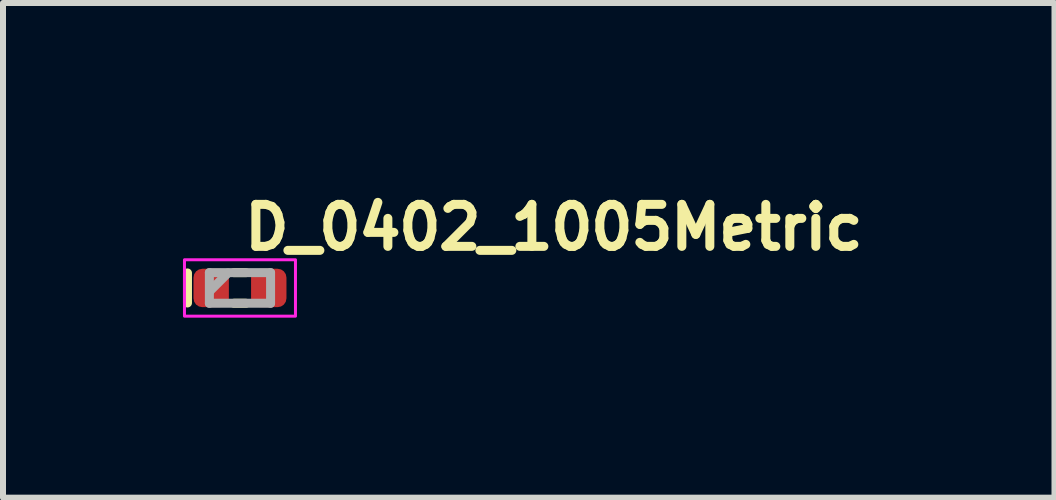
<source format=kicad_pcb>
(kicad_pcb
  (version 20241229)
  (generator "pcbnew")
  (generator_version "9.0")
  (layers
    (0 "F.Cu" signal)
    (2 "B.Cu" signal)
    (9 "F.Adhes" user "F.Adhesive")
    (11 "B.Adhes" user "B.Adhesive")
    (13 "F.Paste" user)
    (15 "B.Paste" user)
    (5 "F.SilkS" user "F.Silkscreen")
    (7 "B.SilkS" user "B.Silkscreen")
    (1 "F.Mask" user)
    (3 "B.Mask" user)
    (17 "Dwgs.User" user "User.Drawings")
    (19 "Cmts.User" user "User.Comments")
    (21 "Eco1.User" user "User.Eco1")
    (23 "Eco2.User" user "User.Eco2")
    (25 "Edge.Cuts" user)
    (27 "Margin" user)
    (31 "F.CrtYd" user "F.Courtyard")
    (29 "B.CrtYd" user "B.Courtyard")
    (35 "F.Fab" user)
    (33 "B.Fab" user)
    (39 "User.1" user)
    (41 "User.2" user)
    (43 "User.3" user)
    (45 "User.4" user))
  (footprint "D_0402_1005Metric"
    (layer "F.Cu")
    (at 0.95 1.75)
    (property "Reference" "D_0402_1005Metric" (at 0 -0.6 0) (layer "F.SilkS") (effects (font (size 0.7 0.7) (thickness 0.15)) (justify left bottom)))
    (attr smd)
    (fp_line (start -0.875 -0.25) (end -0.875 0.25) (stroke (width 0.15) (type solid)) (layer "F.SilkS"))
    (fp_line (start -0.1 0.255) (end 0.1 0.255) (stroke (width 0.15) (type solid)) (layer "F.SilkS"))
    (fp_line (start 0.1 -0.255) (end -0.1 -0.255) (stroke (width 0.15) (type solid)) (layer "F.SilkS"))
    (fp_rect (start -0.925 -0.47) (end 0.925 0.47) (stroke (width 0.05) (type default)) (fill no) (layer "F.CrtYd"))
    (fp_line (start -0.51 -0.255) (end 0.51 -0.255) (stroke (width 0.15) (type solid)) (layer "F.Fab"))
    (fp_line (start -0.51 0.255) (end -0.51 -0.255) (stroke (width 0.15) (type solid)) (layer "F.Fab"))
    (fp_line (start -0.2 -0.25) (end -0.5 0.05) (stroke (width 0.15) (type solid)) (layer "F.Fab"))
    (fp_line (start 0.51 -0.255) (end 0.51 0.255) (stroke (width 0.15) (type solid)) (layer "F.Fab"))
    (fp_line (start 0.51 0.255) (end -0.51 0.255) (stroke (width 0.15) (type solid)) (layer "F.Fab"))
    (fp_rect (start -0.51 -0.292) (end 0.51 0.292) (stroke (width 0.1) (type solid)) (fill no) (layer "User.5"))
    (fp_line (start -0.51 0.292) (end -0.51 -0.292) (stroke (width 0.02) (type solid)) (layer "User.9"))
    (fp_line (start -0.41 -0.292) (end -0.51 -0.292) (stroke (width 0.02) (type solid)) (layer "User.9"))
    (fp_line (start -0.41 -0.292) (end -0.38 -0.292) (stroke (width 0.02) (type solid)) (layer "User.9"))
    (fp_line (start -0.41 -0.255) (end -0.4 -0.245) (stroke (width 0.02) (type solid)) (layer "User.9"))
    (fp_line (start -0.41 -0.255) (end 0.41 -0.255) (stroke (width 0.02) (type solid)) (layer "User.9"))
    (fp_line (start -0.41 0.255) (end -0.41 -0.255) (stroke (width 0.02) (type solid)) (layer "User.9"))
    (fp_line (start -0.41 0.255) (end -0.4 0.245) (stroke (width 0.02) (type solid)) (layer "User.9"))
    (fp_line (start -0.41 0.255) (end 0.41 0.255) (stroke (width 0.02) (type solid)) (layer "User.9"))
    (fp_line (start -0.41 0.292) (end -0.51 0.292) (stroke (width 0.02) (type solid)) (layer "User.9"))
    (fp_line (start -0.41 0.292) (end -0.38 0.292) (stroke (width 0.02) (type solid)) (layer "User.9"))
    (fp_line (start -0.4 -0.245) (end 0.4 -0.245) (stroke (width 0.02) (type solid)) (layer "User.9"))
    (fp_line (start -0.4 0.245) (end -0.4 -0.245) (stroke (width 0.02) (type solid)) (layer "User.9"))
    (fp_line (start -0.4 0.245) (end 0.4 0.245) (stroke (width 0.02) (type solid)) (layer "User.9"))
    (fp_line (start -0.38 -0.292) (end -0.28 -0.292) (stroke (width 0.02) (type solid)) (layer "User.9"))
    (fp_line (start -0.38 -0.255) (end -0.38 -0.292) (stroke (width 0.02) (type solid)) (layer "User.9"))
    (fp_line (start -0.38 0.292) (end -0.38 0.255) (stroke (width 0.02) (type solid)) (layer "User.9"))
    (fp_line (start -0.38 0.292) (end -0.28 0.292) (stroke (width 0.02) (type solid)) (layer "User.9"))
    (fp_line (start -0.28 -0.255) (end -0.28 -0.292) (stroke (width 0.02) (type solid)) (layer "User.9"))
    (fp_line (start -0.28 0.292) (end -0.28 0.255) (stroke (width 0.02) (type solid)) (layer "User.9"))
    (fp_line (start 0.18 -0.292) (end 0.28 -0.292) (stroke (width 0.02) (type solid)) (layer "User.9"))
    (fp_line (start 0.18 -0.255) (end 0.18 -0.292) (stroke (width 0.02) (type solid)) (layer "User.9"))
    (fp_line (start 0.18 0.292) (end 0.18 0.255) (stroke (width 0.02) (type solid)) (layer "User.9"))
    (fp_line (start 0.18 0.292) (end 0.28 0.292) (stroke (width 0.02) (type solid)) (layer "User.9"))
    (fp_line (start 0.28 -0.292) (end 0.41 -0.292) (stroke (width 0.02) (type solid)) (layer "User.9"))
    (fp_line (start 0.28 -0.255) (end 0.28 -0.292) (stroke (width 0.02) (type solid)) (layer "User.9"))
    (fp_line (start 0.28 0.292) (end 0.28 0.255) (stroke (width 0.02) (type solid)) (layer "User.9"))
    (fp_line (start 0.28 0.292) (end 0.41 0.292) (stroke (width 0.02) (type solid)) (layer "User.9"))
    (fp_line (start 0.4 0.245) (end 0.4 -0.245) (stroke (width 0.02) (type solid)) (layer "User.9"))
    (fp_line (start 0.41 -0.255) (end 0.4 -0.245) (stroke (width 0.02) (type solid)) (layer "User.9"))
    (fp_line (start 0.41 0.255) (end 0.4 0.245) (stroke (width 0.02) (type solid)) (layer "User.9"))
    (fp_line (start 0.41 0.255) (end 0.41 -0.255) (stroke (width 0.02) (type solid)) (layer "User.9"))
    (fp_line (start 0.51 -0.292) (end 0.41 -0.292) (stroke (width 0.02) (type solid)) (layer "User.9"))
    (fp_line (start 0.51 0.292) (end 0.41 0.292) (stroke (width 0.02) (type solid)) (layer "User.9"))
    (fp_line (start 0.51 0.292) (end 0.51 -0.292) (stroke (width 0.02) (type solid)) (layer "User.9"))
    (pad "1" smd roundrect (at -0.48 0) (size 0.59 0.64) (layers "F.Cu" "F.Mask" "F.Paste") (roundrect_rratio 0.25))
    (pad "2" smd roundrect (at 0.48 0) (size 0.59 0.64) (layers "F.Cu" "F.Mask" "F.Paste") (roundrect_rratio 0.25)))
  (gr_rect
    (start -3 -3)
    (end 14.527 5.245)
    (stroke (width 0.1) (type default))
    (fill no)
    (layer "Edge.Cuts")))
</source>
